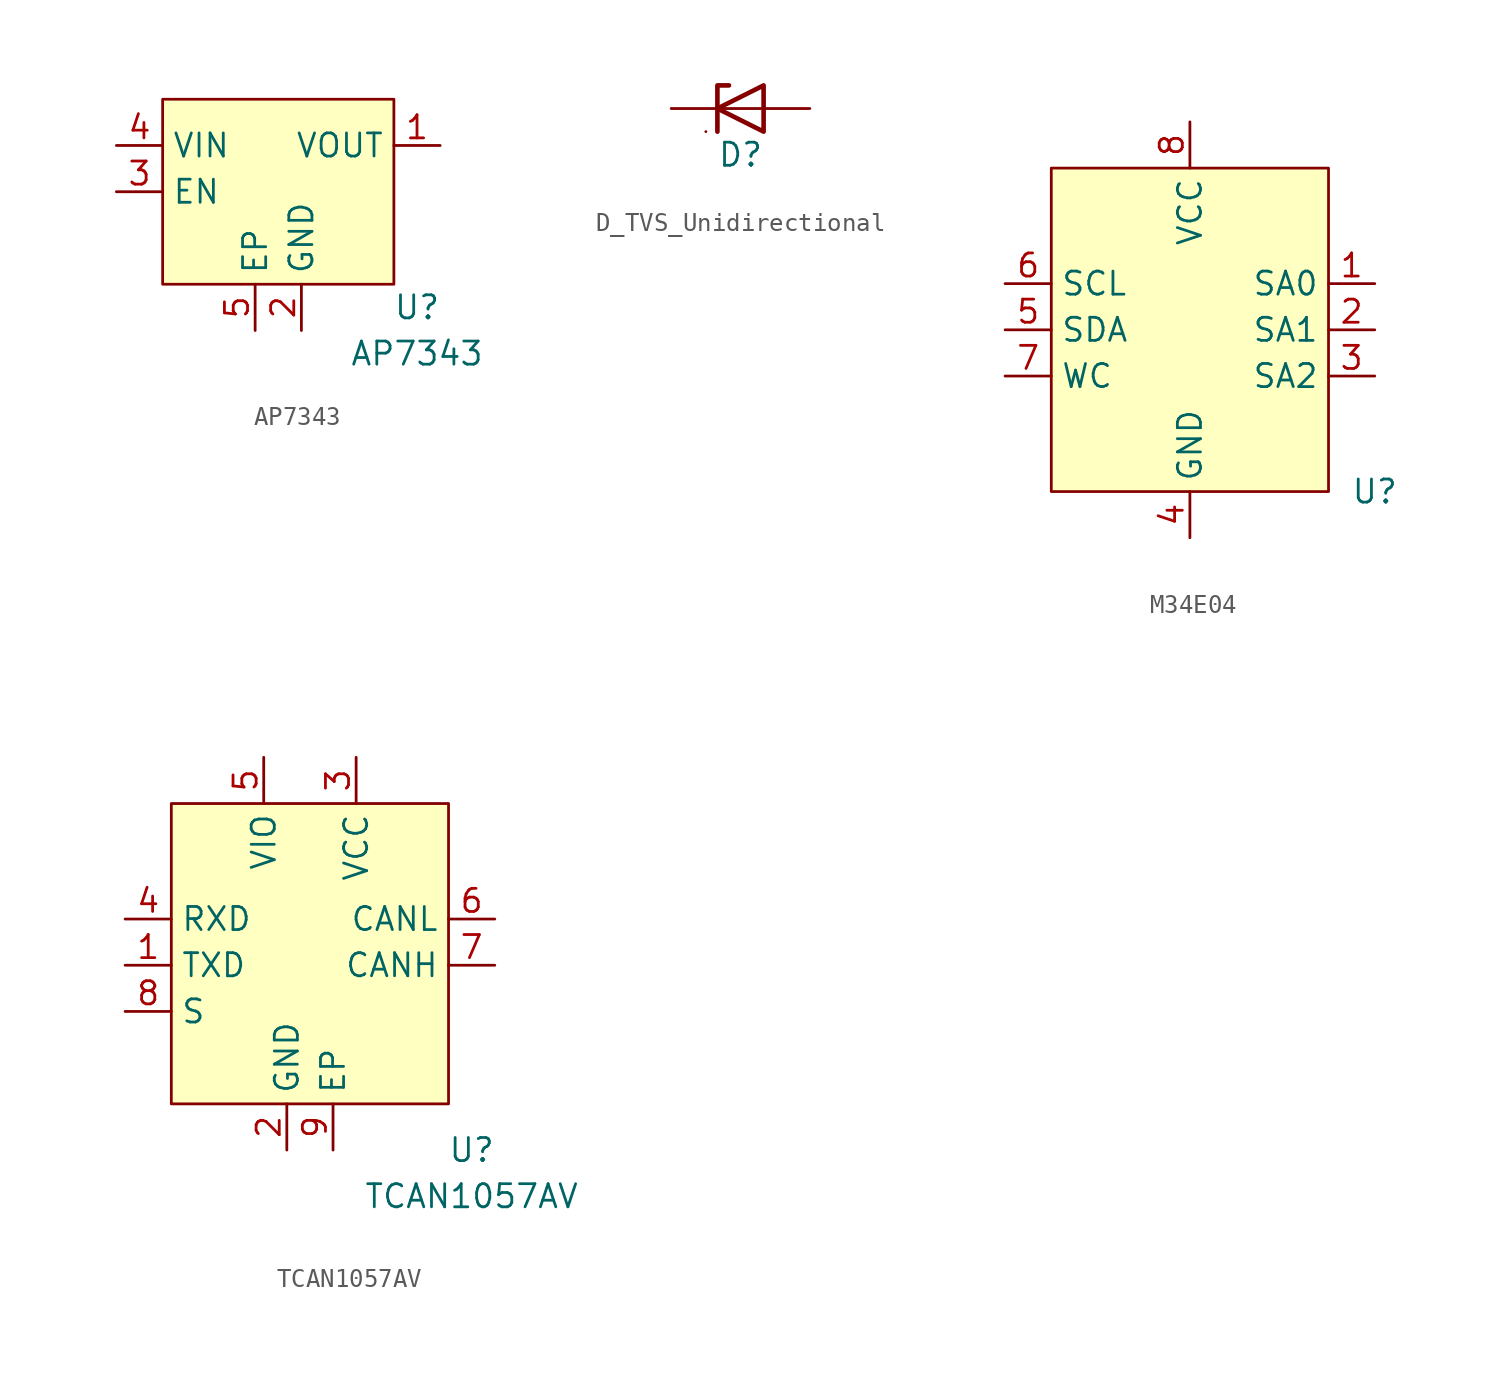
<source format=kicad_sym>
(kicad_symbol_lib
  (version 20220914)
  (generator kicad_symbol_editor)
  (symbol "AP7343"
    (property "Reference" "U"
      (at 7.62 -6.35 0)
      (effects (font (size 1.27 1.27))))
    (property "Value" "AP7343"
      (at 7.62 -8.89 0)
      (effects (font (size 1.27 1.27))))
    (symbol "AP7343_1_1"
      (rectangle (start -6.35 5.08) (end 6.35 -5.08) (stroke (width 0) (type default)) (fill (type background)))
      (pin power_out line (at 8.89 2.54 180) (length 2.54) (name "VOUT" (effects (font (size 1.27 1.27)))) (number "1" (effects (font (size 1.27 1.27)))))
      (pin power_in line (at 1.27 -7.62 90) (length 2.54) (name "GND" (effects (font (size 1.27 1.27)))) (number "2" (effects (font (size 1.27 1.27)))))
      (pin input line (at -8.89 0 0) (length 2.54) (name "EN" (effects (font (size 1.27 1.27)))) (number "3" (effects (font (size 1.27 1.27)))))
      (pin power_in line (at -8.89 2.54 0) (length 2.54) (name "VIN" (effects (font (size 1.27 1.27)))) (number "4" (effects (font (size 1.27 1.27)))))
      (pin power_in line (at -1.27 -7.62 90) (length 2.54) (name "EP" (effects (font (size 1.27 1.27)))) (number "5" (effects (font (size 1.27 1.27)))))))
  (symbol "D_TVS_Unidirectional"
    (pin_numbers hide)
    (property "Reference" "D"
      (at 0 -2.54 0)
      (effects (font (size 1.27 1.27))))
    (property "Value" ""
      (at 0 -4.445 0)
      (effects (font (size 1.27 1.27))))
    (symbol "D_TVS_Unidirectional_0_1"
      (polyline (pts (xy -1.905 -1.27) (xy -1.905 -1.27)) (stroke (width 0) (type default)) (fill (type none)))
      (polyline (pts (xy -1.27 0) (xy 1.27 0)) (stroke (width 0) (type default)) (fill (type none))))
    (symbol "D_TVS_Unidirectional_1_1"
      (polyline (pts (xy -1.27 0) (xy -1.27 -1.27)) (stroke (width 0.254) (type default)) (fill (type none)))
      (polyline (pts (xy -1.27 0) (xy -1.27 1.27) (xy -0.635 1.27)) (stroke (width 0.254) (type default)) (fill (type none)))
      (polyline (pts (xy -1.27 0) (xy 1.27 1.27) (xy 1.27 -1.27) (xy -1.27 0)) (stroke (width 0.254) (type default)) (fill (type none)))
      (pin unspecified line (at 3.81 0 180) (length 2.54) (name "" (effects (font (size 1.27 1.27)))) (number "1" (effects (font (size 1.27 1.27)))))
      (pin unspecified line (at -3.81 0 0) (length 2.54) (name "" (effects (font (size 1.27 1.27)))) (number "2" (effects (font (size 1.27 1.27)))))))
  (symbol "M34E04"
    (property "Reference" "U"
      (at 10.16 -3.81 0)
      (effects (font (size 1.27 1.27))))
    (property "Value" ""
      (at 10.16 -3.81 0)
      (effects (font (size 1.27 1.27))))
    (symbol "M34E04_1_1"
      (rectangle (start -7.62 13.97) (end 7.62 -3.81) (stroke (width 0) (type default)) (fill (type background)))
      (pin input line (at 10.16 7.62 180) (length 2.54) (name "SA0" (effects (font (size 1.27 1.27)))) (number "1" (effects (font (size 1.27 1.27)))))
      (pin input line (at 10.16 5.08 180) (length 2.54) (name "SA1" (effects (font (size 1.27 1.27)))) (number "2" (effects (font (size 1.27 1.27)))))
      (pin input line (at 10.16 2.54 180) (length 2.54) (name "SA2" (effects (font (size 1.27 1.27)))) (number "3" (effects (font (size 1.27 1.27)))))
      (pin power_in line (at 0 -6.35 90) (length 2.54) (name "GND" (effects (font (size 1.27 1.27)))) (number "4" (effects (font (size 1.27 1.27)))))
      (pin bidirectional line (at -10.16 5.08 0) (length 2.54) (name "SDA" (effects (font (size 1.27 1.27)))) (number "5" (effects (font (size 1.27 1.27)))))
      (pin input line (at -10.16 7.62 0) (length 2.54) (name "SCL" (effects (font (size 1.27 1.27)))) (number "6" (effects (font (size 1.27 1.27)))))
      (pin input line (at -10.16 2.54 0) (length 2.54) (name "WC" (effects (font (size 1.27 1.27)))) (number "7" (effects (font (size 1.27 1.27)))))
      (pin power_in line (at 0 16.51 270) (length 2.54) (name "VCC" (effects (font (size 1.27 1.27)))) (number "8" (effects (font (size 1.27 1.27)))))))
  (symbol "TCAN1057AV"
    (property "Reference" "U"
      (at 8.89 -2.54 0)
      (effects (font (size 1.27 1.27))))
    (property "Value" "TCAN1057AV"
      (at 8.89 -5.08 0)
      (effects (font (size 1.27 1.27))))
    (symbol "TCAN1057AV_1_1"
      (rectangle (start -7.62 16.51) (end 7.62 0) (stroke (width 0) (type default)) (fill (type background)))
      (pin input line (at -10.16 7.62 0) (length 2.54) (name "TXD" (effects (font (size 1.27 1.27)))) (number "1" (effects (font (size 1.27 1.27)))))
      (pin power_in line (at -1.27 -2.54 90) (length 2.54) (name "GND" (effects (font (size 1.27 1.27)))) (number "2" (effects (font (size 1.27 1.27)))))
      (pin power_in line (at 2.54 19.05 270) (length 2.54) (name "VCC" (effects (font (size 1.27 1.27)))) (number "3" (effects (font (size 1.27 1.27)))))
      (pin output line (at -10.16 10.16 0) (length 2.54) (name "RXD" (effects (font (size 1.27 1.27)))) (number "4" (effects (font (size 1.27 1.27)))))
      (pin power_in line (at -2.54 19.05 270) (length 2.54) (name "VIO" (effects (font (size 1.27 1.27)))) (number "5" (effects (font (size 1.27 1.27)))))
      (pin output line (at 10.16 10.16 180) (length 2.54) (name "CANL" (effects (font (size 1.27 1.27)))) (number "6" (effects (font (size 1.27 1.27)))))
      (pin output line (at 10.16 7.62 180) (length 2.54) (name "CANH" (effects (font (size 1.27 1.27)))) (number "7" (effects (font (size 1.27 1.27)))))
      (pin input line (at -10.16 5.08 0) (length 2.54) (name "S" (effects (font (size 1.27 1.27)))) (number "8" (effects (font (size 1.27 1.27)))))
      (pin power_in line (at 1.27 -2.54 90) (length 2.54) (name "EP" (effects (font (size 1.27 1.27)))) (number "9" (effects (font (size 1.27 1.27))))))))
</source>
